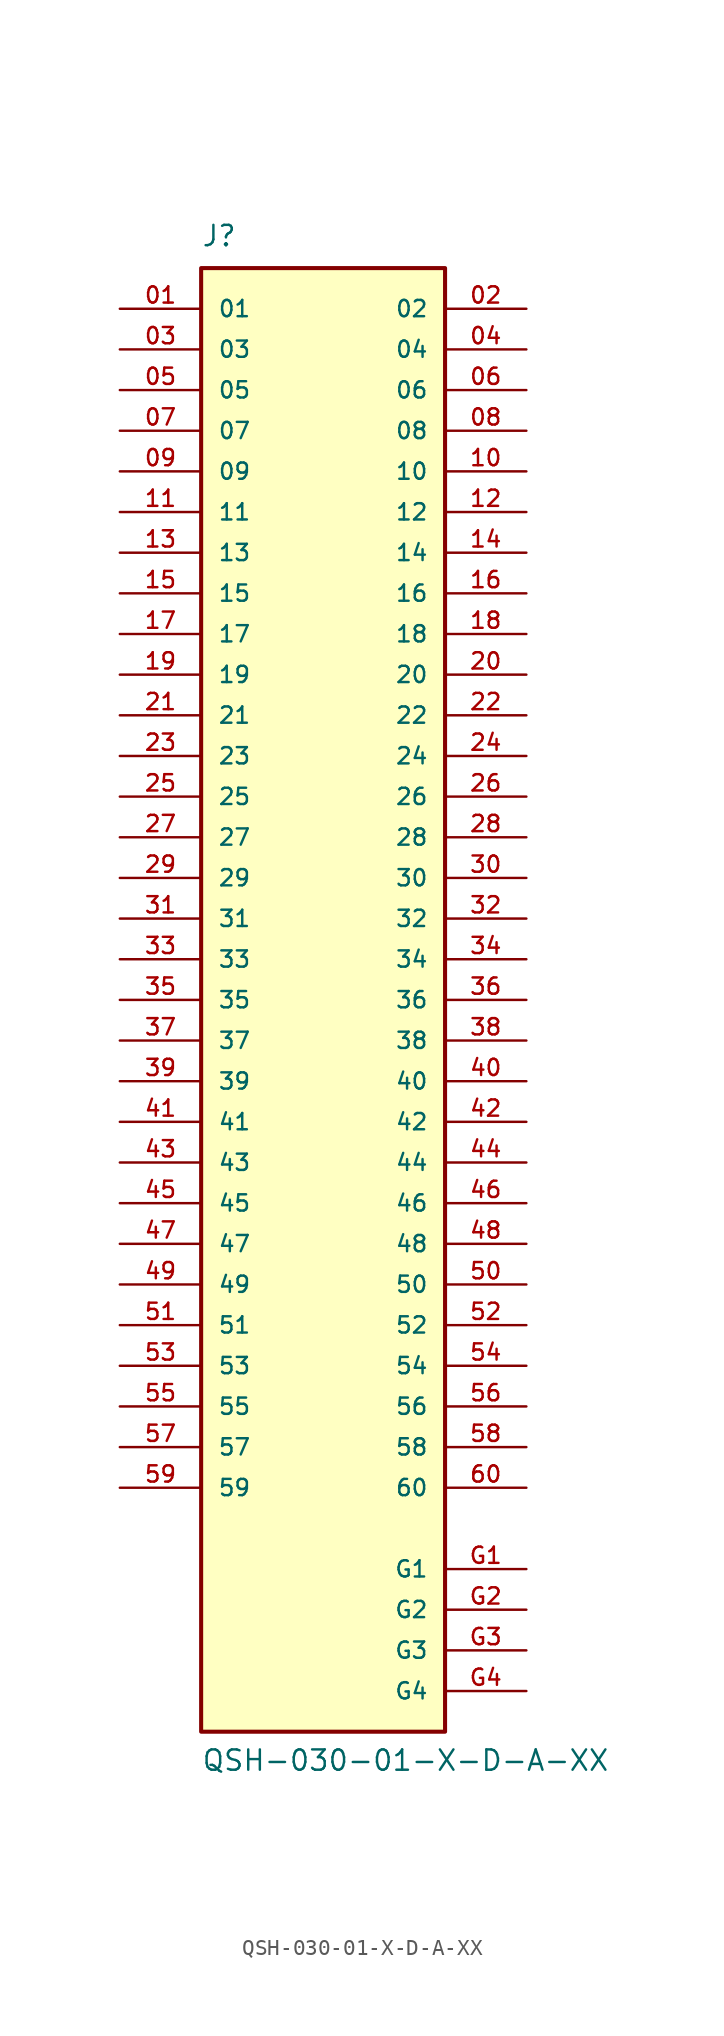
<source format=kicad_sym>
(kicad_symbol_lib
  (version 20231120)
  (generator "kicad_symbol_editor")
  (generator_version "8.0")
  (symbol "QSH-030-01-X-D-A-XX"
    (pin_names
      (offset 1.016))
    (property "Reference" "J"
      (at -7.62 46.99 0)
      (effects (font (size 1.27 1.27)) (justify left bottom)))
    (property "Value" "QSH-030-01-X-D-A-XX"
      (at -7.62 -48.26 0)
      (effects (font (size 1.27 1.27)) (justify left bottom)))
    (symbol "QSH-030-01-X-D-A-XX_0_0"
      (rectangle (start -7.62 -45.72) (end 7.62 45.72) (stroke (width 0.254) (type default)) (fill (type background)))
      (pin passive line (at -12.7 43.18 0) (length 5.08) (name "01" (effects (font (size 1.016 1.016)))) (number "01" (effects (font (size 1.016 1.016)))))
      (pin passive line (at 12.7 43.18 180) (length 5.08) (name "02" (effects (font (size 1.016 1.016)))) (number "02" (effects (font (size 1.016 1.016)))))
      (pin passive line (at -12.7 40.64 0) (length 5.08) (name "03" (effects (font (size 1.016 1.016)))) (number "03" (effects (font (size 1.016 1.016)))))
      (pin passive line (at 12.7 40.64 180) (length 5.08) (name "04" (effects (font (size 1.016 1.016)))) (number "04" (effects (font (size 1.016 1.016)))))
      (pin passive line (at -12.7 38.1 0) (length 5.08) (name "05" (effects (font (size 1.016 1.016)))) (number "05" (effects (font (size 1.016 1.016)))))
      (pin passive line (at 12.7 38.1 180) (length 5.08) (name "06" (effects (font (size 1.016 1.016)))) (number "06" (effects (font (size 1.016 1.016)))))
      (pin passive line (at -12.7 35.56 0) (length 5.08) (name "07" (effects (font (size 1.016 1.016)))) (number "07" (effects (font (size 1.016 1.016)))))
      (pin passive line (at 12.7 35.56 180) (length 5.08) (name "08" (effects (font (size 1.016 1.016)))) (number "08" (effects (font (size 1.016 1.016)))))
      (pin passive line (at -12.7 33.02 0) (length 5.08) (name "09" (effects (font (size 1.016 1.016)))) (number "09" (effects (font (size 1.016 1.016)))))
      (pin passive line (at 12.7 33.02 180) (length 5.08) (name "10" (effects (font (size 1.016 1.016)))) (number "10" (effects (font (size 1.016 1.016)))))
      (pin passive line (at -12.7 30.48 0) (length 5.08) (name "11" (effects (font (size 1.016 1.016)))) (number "11" (effects (font (size 1.016 1.016)))))
      (pin passive line (at 12.7 30.48 180) (length 5.08) (name "12" (effects (font (size 1.016 1.016)))) (number "12" (effects (font (size 1.016 1.016)))))
      (pin passive line (at -12.7 27.94 0) (length 5.08) (name "13" (effects (font (size 1.016 1.016)))) (number "13" (effects (font (size 1.016 1.016)))))
      (pin passive line (at 12.7 27.94 180) (length 5.08) (name "14" (effects (font (size 1.016 1.016)))) (number "14" (effects (font (size 1.016 1.016)))))
      (pin passive line (at -12.7 25.4 0) (length 5.08) (name "15" (effects (font (size 1.016 1.016)))) (number "15" (effects (font (size 1.016 1.016)))))
      (pin passive line (at 12.7 25.4 180) (length 5.08) (name "16" (effects (font (size 1.016 1.016)))) (number "16" (effects (font (size 1.016 1.016)))))
      (pin passive line (at -12.7 22.86 0) (length 5.08) (name "17" (effects (font (size 1.016 1.016)))) (number "17" (effects (font (size 1.016 1.016)))))
      (pin passive line (at 12.7 22.86 180) (length 5.08) (name "18" (effects (font (size 1.016 1.016)))) (number "18" (effects (font (size 1.016 1.016)))))
      (pin passive line (at -12.7 20.32 0) (length 5.08) (name "19" (effects (font (size 1.016 1.016)))) (number "19" (effects (font (size 1.016 1.016)))))
      (pin passive line (at 12.7 20.32 180) (length 5.08) (name "20" (effects (font (size 1.016 1.016)))) (number "20" (effects (font (size 1.016 1.016)))))
      (pin passive line (at -12.7 17.78 0) (length 5.08) (name "21" (effects (font (size 1.016 1.016)))) (number "21" (effects (font (size 1.016 1.016)))))
      (pin passive line (at 12.7 17.78 180) (length 5.08) (name "22" (effects (font (size 1.016 1.016)))) (number "22" (effects (font (size 1.016 1.016)))))
      (pin passive line (at -12.7 15.24 0) (length 5.08) (name "23" (effects (font (size 1.016 1.016)))) (number "23" (effects (font (size 1.016 1.016)))))
      (pin passive line (at 12.7 15.24 180) (length 5.08) (name "24" (effects (font (size 1.016 1.016)))) (number "24" (effects (font (size 1.016 1.016)))))
      (pin passive line (at -12.7 12.7 0) (length 5.08) (name "25" (effects (font (size 1.016 1.016)))) (number "25" (effects (font (size 1.016 1.016)))))
      (pin passive line (at 12.7 12.7 180) (length 5.08) (name "26" (effects (font (size 1.016 1.016)))) (number "26" (effects (font (size 1.016 1.016)))))
      (pin passive line (at -12.7 10.16 0) (length 5.08) (name "27" (effects (font (size 1.016 1.016)))) (number "27" (effects (font (size 1.016 1.016)))))
      (pin passive line (at 12.7 10.16 180) (length 5.08) (name "28" (effects (font (size 1.016 1.016)))) (number "28" (effects (font (size 1.016 1.016)))))
      (pin passive line (at -12.7 7.62 0) (length 5.08) (name "29" (effects (font (size 1.016 1.016)))) (number "29" (effects (font (size 1.016 1.016)))))
      (pin passive line (at 12.7 7.62 180) (length 5.08) (name "30" (effects (font (size 1.016 1.016)))) (number "30" (effects (font (size 1.016 1.016)))))
      (pin passive line (at -12.7 5.08 0) (length 5.08) (name "31" (effects (font (size 1.016 1.016)))) (number "31" (effects (font (size 1.016 1.016)))))
      (pin passive line (at 12.7 5.08 180) (length 5.08) (name "32" (effects (font (size 1.016 1.016)))) (number "32" (effects (font (size 1.016 1.016)))))
      (pin passive line (at -12.7 2.54 0) (length 5.08) (name "33" (effects (font (size 1.016 1.016)))) (number "33" (effects (font (size 1.016 1.016)))))
      (pin passive line (at 12.7 2.54 180) (length 5.08) (name "34" (effects (font (size 1.016 1.016)))) (number "34" (effects (font (size 1.016 1.016)))))
      (pin passive line (at -12.7 0 0) (length 5.08) (name "35" (effects (font (size 1.016 1.016)))) (number "35" (effects (font (size 1.016 1.016)))))
      (pin passive line (at 12.7 0 180) (length 5.08) (name "36" (effects (font (size 1.016 1.016)))) (number "36" (effects (font (size 1.016 1.016)))))
      (pin passive line (at -12.7 -2.54 0) (length 5.08) (name "37" (effects (font (size 1.016 1.016)))) (number "37" (effects (font (size 1.016 1.016)))))
      (pin passive line (at 12.7 -2.54 180) (length 5.08) (name "38" (effects (font (size 1.016 1.016)))) (number "38" (effects (font (size 1.016 1.016)))))
      (pin passive line (at -12.7 -5.08 0) (length 5.08) (name "39" (effects (font (size 1.016 1.016)))) (number "39" (effects (font (size 1.016 1.016)))))
      (pin passive line (at 12.7 -5.08 180) (length 5.08) (name "40" (effects (font (size 1.016 1.016)))) (number "40" (effects (font (size 1.016 1.016)))))
      (pin passive line (at -12.7 -7.62 0) (length 5.08) (name "41" (effects (font (size 1.016 1.016)))) (number "41" (effects (font (size 1.016 1.016)))))
      (pin passive line (at 12.7 -7.62 180) (length 5.08) (name "42" (effects (font (size 1.016 1.016)))) (number "42" (effects (font (size 1.016 1.016)))))
      (pin passive line (at -12.7 -10.16 0) (length 5.08) (name "43" (effects (font (size 1.016 1.016)))) (number "43" (effects (font (size 1.016 1.016)))))
      (pin passive line (at 12.7 -10.16 180) (length 5.08) (name "44" (effects (font (size 1.016 1.016)))) (number "44" (effects (font (size 1.016 1.016)))))
      (pin passive line (at -12.7 -12.7 0) (length 5.08) (name "45" (effects (font (size 1.016 1.016)))) (number "45" (effects (font (size 1.016 1.016)))))
      (pin passive line (at 12.7 -12.7 180) (length 5.08) (name "46" (effects (font (size 1.016 1.016)))) (number "46" (effects (font (size 1.016 1.016)))))
      (pin passive line (at -12.7 -15.24 0) (length 5.08) (name "47" (effects (font (size 1.016 1.016)))) (number "47" (effects (font (size 1.016 1.016)))))
      (pin passive line (at 12.7 -15.24 180) (length 5.08) (name "48" (effects (font (size 1.016 1.016)))) (number "48" (effects (font (size 1.016 1.016)))))
      (pin passive line (at -12.7 -17.78 0) (length 5.08) (name "49" (effects (font (size 1.016 1.016)))) (number "49" (effects (font (size 1.016 1.016)))))
      (pin passive line (at 12.7 -17.78 180) (length 5.08) (name "50" (effects (font (size 1.016 1.016)))) (number "50" (effects (font (size 1.016 1.016)))))
      (pin passive line (at -12.7 -20.32 0) (length 5.08) (name "51" (effects (font (size 1.016 1.016)))) (number "51" (effects (font (size 1.016 1.016)))))
      (pin passive line (at 12.7 -20.32 180) (length 5.08) (name "52" (effects (font (size 1.016 1.016)))) (number "52" (effects (font (size 1.016 1.016)))))
      (pin passive line (at -12.7 -22.86 0) (length 5.08) (name "53" (effects (font (size 1.016 1.016)))) (number "53" (effects (font (size 1.016 1.016)))))
      (pin passive line (at 12.7 -22.86 180) (length 5.08) (name "54" (effects (font (size 1.016 1.016)))) (number "54" (effects (font (size 1.016 1.016)))))
      (pin passive line (at -12.7 -25.4 0) (length 5.08) (name "55" (effects (font (size 1.016 1.016)))) (number "55" (effects (font (size 1.016 1.016)))))
      (pin passive line (at 12.7 -25.4 180) (length 5.08) (name "56" (effects (font (size 1.016 1.016)))) (number "56" (effects (font (size 1.016 1.016)))))
      (pin passive line (at -12.7 -27.94 0) (length 5.08) (name "57" (effects (font (size 1.016 1.016)))) (number "57" (effects (font (size 1.016 1.016)))))
      (pin passive line (at 12.7 -27.94 180) (length 5.08) (name "58" (effects (font (size 1.016 1.016)))) (number "58" (effects (font (size 1.016 1.016)))))
      (pin passive line (at -12.7 -30.48 0) (length 5.08) (name "59" (effects (font (size 1.016 1.016)))) (number "59" (effects (font (size 1.016 1.016)))))
      (pin passive line (at 12.7 -30.48 180) (length 5.08) (name "60" (effects (font (size 1.016 1.016)))) (number "60" (effects (font (size 1.016 1.016)))))
      (pin power_in line (at 12.7 -35.56 180) (length 5.08) (name "G1" (effects (font (size 1.016 1.016)))) (number "G1" (effects (font (size 1.016 1.016)))))
      (pin power_in line (at 12.7 -38.1 180) (length 5.08) (name "G2" (effects (font (size 1.016 1.016)))) (number "G2" (effects (font (size 1.016 1.016)))))
      (pin power_in line (at 12.7 -40.64 180) (length 5.08) (name "G3" (effects (font (size 1.016 1.016)))) (number "G3" (effects (font (size 1.016 1.016)))))
      (pin power_in line (at 12.7 -43.18 180) (length 5.08) (name "G4" (effects (font (size 1.016 1.016)))) (number "G4" (effects (font (size 1.016 1.016))))))))
</source>
